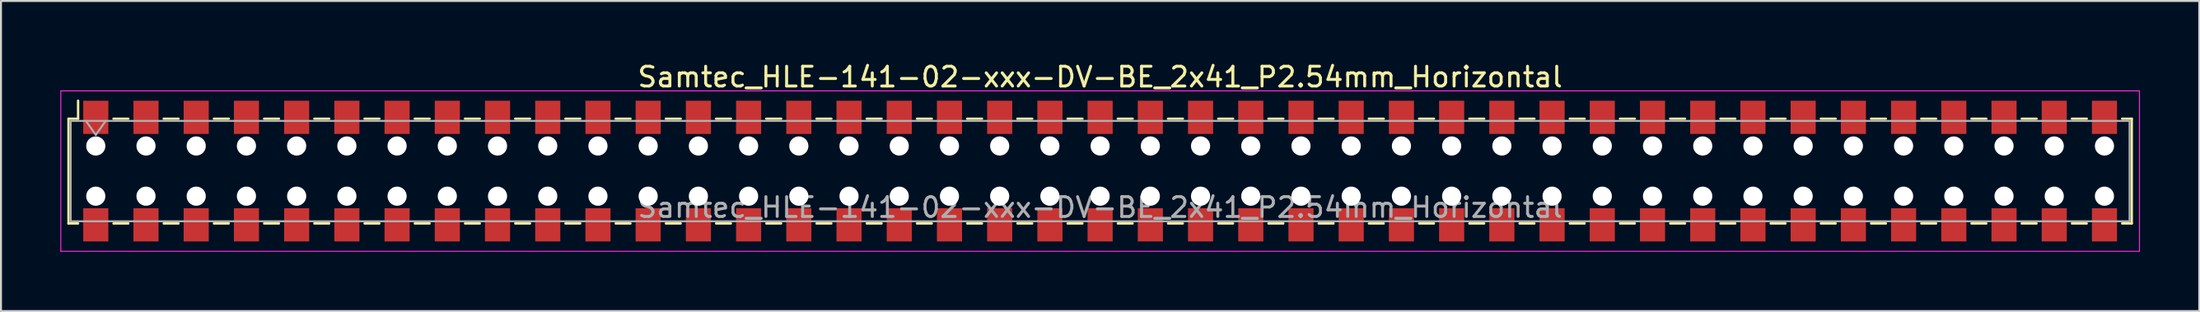
<source format=kicad_pcb>
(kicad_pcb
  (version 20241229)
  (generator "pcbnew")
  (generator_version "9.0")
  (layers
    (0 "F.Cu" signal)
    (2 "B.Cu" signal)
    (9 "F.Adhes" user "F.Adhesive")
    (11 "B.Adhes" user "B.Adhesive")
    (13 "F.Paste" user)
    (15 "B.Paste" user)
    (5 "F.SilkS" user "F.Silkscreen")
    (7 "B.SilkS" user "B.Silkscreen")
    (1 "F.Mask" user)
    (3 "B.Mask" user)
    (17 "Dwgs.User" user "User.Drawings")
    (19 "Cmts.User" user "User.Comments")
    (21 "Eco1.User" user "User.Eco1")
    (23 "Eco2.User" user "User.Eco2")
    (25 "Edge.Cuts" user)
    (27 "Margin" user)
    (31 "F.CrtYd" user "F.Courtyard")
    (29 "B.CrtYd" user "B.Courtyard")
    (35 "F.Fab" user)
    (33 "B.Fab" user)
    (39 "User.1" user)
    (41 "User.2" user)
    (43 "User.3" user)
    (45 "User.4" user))
  (footprint "Samtec_HLE-141-02-xxx-DV-BE_2x41_P2.54mm_Horizontal"
    (layer "F.Cu")
    (at 52.595 5.608)
    (property "Reference" "Samtec_HLE-141-02-xxx-DV-BE_2x41_P2.54mm_Horizontal" (at 0 -4.76 0) (layer "F.SilkS") (effects (font (size 1 1) (thickness 0.15))))
    (attr smd)
    (fp_line (start -52.18 -2.65) (end -52.18 2.65) (stroke (width 0.12) (type solid)) (layer "F.SilkS"))
    (fp_line (start -52.18 2.65) (end -51.695 2.65) (stroke (width 0.12) (type solid)) (layer "F.SilkS"))
    (fp_line (start -51.695 -3.56) (end -51.695 -2.65) (stroke (width 0.12) (type solid)) (layer "F.SilkS"))
    (fp_line (start -51.695 -2.65) (end -52.18 -2.65) (stroke (width 0.12) (type solid)) (layer "F.SilkS"))
    (fp_line (start -49.905 -2.65) (end -49.155 -2.65) (stroke (width 0.12) (type solid)) (layer "F.SilkS"))
    (fp_line (start -49.905 2.65) (end -49.155 2.65) (stroke (width 0.12) (type solid)) (layer "F.SilkS"))
    (fp_line (start -47.365 -2.65) (end -46.615 -2.65) (stroke (width 0.12) (type solid)) (layer "F.SilkS"))
    (fp_line (start -47.365 2.65) (end -46.615 2.65) (stroke (width 0.12) (type solid)) (layer "F.SilkS"))
    (fp_line (start -44.825 -2.65) (end -44.075 -2.65) (stroke (width 0.12) (type solid)) (layer "F.SilkS"))
    (fp_line (start -44.825 2.65) (end -44.075 2.65) (stroke (width 0.12) (type solid)) (layer "F.SilkS"))
    (fp_line (start -42.285 -2.65) (end -41.535 -2.65) (stroke (width 0.12) (type solid)) (layer "F.SilkS"))
    (fp_line (start -42.285 2.65) (end -41.535 2.65) (stroke (width 0.12) (type solid)) (layer "F.SilkS"))
    (fp_line (start -39.745 -2.65) (end -38.995 -2.65) (stroke (width 0.12) (type solid)) (layer "F.SilkS"))
    (fp_line (start -39.745 2.65) (end -38.995 2.65) (stroke (width 0.12) (type solid)) (layer "F.SilkS"))
    (fp_line (start -37.205 -2.65) (end -36.455 -2.65) (stroke (width 0.12) (type solid)) (layer "F.SilkS"))
    (fp_line (start -37.205 2.65) (end -36.455 2.65) (stroke (width 0.12) (type solid)) (layer "F.SilkS"))
    (fp_line (start -34.665 -2.65) (end -33.915 -2.65) (stroke (width 0.12) (type solid)) (layer "F.SilkS"))
    (fp_line (start -34.665 2.65) (end -33.915 2.65) (stroke (width 0.12) (type solid)) (layer "F.SilkS"))
    (fp_line (start -32.125 -2.65) (end -31.375 -2.65) (stroke (width 0.12) (type solid)) (layer "F.SilkS"))
    (fp_line (start -32.125 2.65) (end -31.375 2.65) (stroke (width 0.12) (type solid)) (layer "F.SilkS"))
    (fp_line (start -29.585 -2.65) (end -28.835 -2.65) (stroke (width 0.12) (type solid)) (layer "F.SilkS"))
    (fp_line (start -29.585 2.65) (end -28.835 2.65) (stroke (width 0.12) (type solid)) (layer "F.SilkS"))
    (fp_line (start -27.045 -2.65) (end -26.295 -2.65) (stroke (width 0.12) (type solid)) (layer "F.SilkS"))
    (fp_line (start -27.045 2.65) (end -26.295 2.65) (stroke (width 0.12) (type solid)) (layer "F.SilkS"))
    (fp_line (start -24.505 -2.65) (end -23.755 -2.65) (stroke (width 0.12) (type solid)) (layer "F.SilkS"))
    (fp_line (start -24.505 2.65) (end -23.755 2.65) (stroke (width 0.12) (type solid)) (layer "F.SilkS"))
    (fp_line (start -21.965 -2.65) (end -21.215 -2.65) (stroke (width 0.12) (type solid)) (layer "F.SilkS"))
    (fp_line (start -21.965 2.65) (end -21.215 2.65) (stroke (width 0.12) (type solid)) (layer "F.SilkS"))
    (fp_line (start -19.425 -2.65) (end -18.675 -2.65) (stroke (width 0.12) (type solid)) (layer "F.SilkS"))
    (fp_line (start -19.425 2.65) (end -18.675 2.65) (stroke (width 0.12) (type solid)) (layer "F.SilkS"))
    (fp_line (start -16.885 -2.65) (end -16.135 -2.65) (stroke (width 0.12) (type solid)) (layer "F.SilkS"))
    (fp_line (start -16.885 2.65) (end -16.135 2.65) (stroke (width 0.12) (type solid)) (layer "F.SilkS"))
    (fp_line (start -14.345 -2.65) (end -13.595 -2.65) (stroke (width 0.12) (type solid)) (layer "F.SilkS"))
    (fp_line (start -14.345 2.65) (end -13.595 2.65) (stroke (width 0.12) (type solid)) (layer "F.SilkS"))
    (fp_line (start -11.805 -2.65) (end -11.055 -2.65) (stroke (width 0.12) (type solid)) (layer "F.SilkS"))
    (fp_line (start -11.805 2.65) (end -11.055 2.65) (stroke (width 0.12) (type solid)) (layer "F.SilkS"))
    (fp_line (start -9.265 -2.65) (end -8.515 -2.65) (stroke (width 0.12) (type solid)) (layer "F.SilkS"))
    (fp_line (start -9.265 2.65) (end -8.515 2.65) (stroke (width 0.12) (type solid)) (layer "F.SilkS"))
    (fp_line (start -6.725 -2.65) (end -5.975 -2.65) (stroke (width 0.12) (type solid)) (layer "F.SilkS"))
    (fp_line (start -6.725 2.65) (end -5.975 2.65) (stroke (width 0.12) (type solid)) (layer "F.SilkS"))
    (fp_line (start -4.185 -2.65) (end -3.435 -2.65) (stroke (width 0.12) (type solid)) (layer "F.SilkS"))
    (fp_line (start -4.185 2.65) (end -3.435 2.65) (stroke (width 0.12) (type solid)) (layer "F.SilkS"))
    (fp_line (start -1.645 -2.65) (end -0.895 -2.65) (stroke (width 0.12) (type solid)) (layer "F.SilkS"))
    (fp_line (start -1.645 2.65) (end -0.895 2.65) (stroke (width 0.12) (type solid)) (layer "F.SilkS"))
    (fp_line (start 0.895 -2.65) (end 1.645 -2.65) (stroke (width 0.12) (type solid)) (layer "F.SilkS"))
    (fp_line (start 0.895 2.65) (end 1.645 2.65) (stroke (width 0.12) (type solid)) (layer "F.SilkS"))
    (fp_line (start 3.435 -2.65) (end 4.185 -2.65) (stroke (width 0.12) (type solid)) (layer "F.SilkS"))
    (fp_line (start 3.435 2.65) (end 4.185 2.65) (stroke (width 0.12) (type solid)) (layer "F.SilkS"))
    (fp_line (start 5.975 -2.65) (end 6.725 -2.65) (stroke (width 0.12) (type solid)) (layer "F.SilkS"))
    (fp_line (start 5.975 2.65) (end 6.725 2.65) (stroke (width 0.12) (type solid)) (layer "F.SilkS"))
    (fp_line (start 8.515 -2.65) (end 9.265 -2.65) (stroke (width 0.12) (type solid)) (layer "F.SilkS"))
    (fp_line (start 8.515 2.65) (end 9.265 2.65) (stroke (width 0.12) (type solid)) (layer "F.SilkS"))
    (fp_line (start 11.055 -2.65) (end 11.805 -2.65) (stroke (width 0.12) (type solid)) (layer "F.SilkS"))
    (fp_line (start 11.055 2.65) (end 11.805 2.65) (stroke (width 0.12) (type solid)) (layer "F.SilkS"))
    (fp_line (start 13.595 -2.65) (end 14.345 -2.65) (stroke (width 0.12) (type solid)) (layer "F.SilkS"))
    (fp_line (start 13.595 2.65) (end 14.345 2.65) (stroke (width 0.12) (type solid)) (layer "F.SilkS"))
    (fp_line (start 16.135 -2.65) (end 16.885 -2.65) (stroke (width 0.12) (type solid)) (layer "F.SilkS"))
    (fp_line (start 16.135 2.65) (end 16.885 2.65) (stroke (width 0.12) (type solid)) (layer "F.SilkS"))
    (fp_line (start 18.675 -2.65) (end 19.425 -2.65) (stroke (width 0.12) (type solid)) (layer "F.SilkS"))
    (fp_line (start 18.675 2.65) (end 19.425 2.65) (stroke (width 0.12) (type solid)) (layer "F.SilkS"))
    (fp_line (start 21.215 -2.65) (end 21.965 -2.65) (stroke (width 0.12) (type solid)) (layer "F.SilkS"))
    (fp_line (start 21.215 2.65) (end 21.965 2.65) (stroke (width 0.12) (type solid)) (layer "F.SilkS"))
    (fp_line (start 23.755 -2.65) (end 24.505 -2.65) (stroke (width 0.12) (type solid)) (layer "F.SilkS"))
    (fp_line (start 23.755 2.65) (end 24.505 2.65) (stroke (width 0.12) (type solid)) (layer "F.SilkS"))
    (fp_line (start 26.295 -2.65) (end 27.045 -2.65) (stroke (width 0.12) (type solid)) (layer "F.SilkS"))
    (fp_line (start 26.295 2.65) (end 27.045 2.65) (stroke (width 0.12) (type solid)) (layer "F.SilkS"))
    (fp_line (start 28.835 -2.65) (end 29.585 -2.65) (stroke (width 0.12) (type solid)) (layer "F.SilkS"))
    (fp_line (start 28.835 2.65) (end 29.585 2.65) (stroke (width 0.12) (type solid)) (layer "F.SilkS"))
    (fp_line (start 31.375 -2.65) (end 32.125 -2.65) (stroke (width 0.12) (type solid)) (layer "F.SilkS"))
    (fp_line (start 31.375 2.65) (end 32.125 2.65) (stroke (width 0.12) (type solid)) (layer "F.SilkS"))
    (fp_line (start 33.915 -2.65) (end 34.665 -2.65) (stroke (width 0.12) (type solid)) (layer "F.SilkS"))
    (fp_line (start 33.915 2.65) (end 34.665 2.65) (stroke (width 0.12) (type solid)) (layer "F.SilkS"))
    (fp_line (start 36.455 -2.65) (end 37.205 -2.65) (stroke (width 0.12) (type solid)) (layer "F.SilkS"))
    (fp_line (start 36.455 2.65) (end 37.205 2.65) (stroke (width 0.12) (type solid)) (layer "F.SilkS"))
    (fp_line (start 38.995 -2.65) (end 39.745 -2.65) (stroke (width 0.12) (type solid)) (layer "F.SilkS"))
    (fp_line (start 38.995 2.65) (end 39.745 2.65) (stroke (width 0.12) (type solid)) (layer "F.SilkS"))
    (fp_line (start 41.535 -2.65) (end 42.285 -2.65) (stroke (width 0.12) (type solid)) (layer "F.SilkS"))
    (fp_line (start 41.535 2.65) (end 42.285 2.65) (stroke (width 0.12) (type solid)) (layer "F.SilkS"))
    (fp_line (start 44.075 -2.65) (end 44.825 -2.65) (stroke (width 0.12) (type solid)) (layer "F.SilkS"))
    (fp_line (start 44.075 2.65) (end 44.825 2.65) (stroke (width 0.12) (type solid)) (layer "F.SilkS"))
    (fp_line (start 46.615 -2.65) (end 47.365 -2.65) (stroke (width 0.12) (type solid)) (layer "F.SilkS"))
    (fp_line (start 46.615 2.65) (end 47.365 2.65) (stroke (width 0.12) (type solid)) (layer "F.SilkS"))
    (fp_line (start 49.155 -2.65) (end 49.905 -2.65) (stroke (width 0.12) (type solid)) (layer "F.SilkS"))
    (fp_line (start 49.155 2.65) (end 49.905 2.65) (stroke (width 0.12) (type solid)) (layer "F.SilkS"))
    (fp_line (start 51.695 -2.65) (end 52.18 -2.65) (stroke (width 0.12) (type solid)) (layer "F.SilkS"))
    (fp_line (start 52.18 -2.65) (end 52.18 2.65) (stroke (width 0.12) (type solid)) (layer "F.SilkS"))
    (fp_line (start 52.18 2.65) (end 51.695 2.65) (stroke (width 0.12) (type solid)) (layer "F.SilkS"))
    (fp_line (start -52.57 -4.06) (end 52.57 -4.06) (stroke (width 0.05) (type solid)) (layer "F.CrtYd"))
    (fp_line (start -52.57 4.06) (end -52.57 -4.06) (stroke (width 0.05) (type solid)) (layer "F.CrtYd"))
    (fp_line (start 52.57 -4.06) (end 52.57 4.06) (stroke (width 0.05) (type solid)) (layer "F.CrtYd"))
    (fp_line (start 52.57 4.06) (end -52.57 4.06) (stroke (width 0.05) (type solid)) (layer "F.CrtYd"))
    (fp_line (start -52.07 -2.54) (end 52.07 -2.54) (stroke (width 0.1) (type solid)) (layer "F.Fab"))
    (fp_line (start -52.07 2.54) (end -52.07 -2.54) (stroke (width 0.1) (type solid)) (layer "F.Fab"))
    (fp_line (start -51.3 -2.54) (end -50.8 -1.833) (stroke (width 0.1) (type solid)) (layer "F.Fab"))
    (fp_line (start -50.8 -1.833) (end -50.3 -2.54) (stroke (width 0.1) (type solid)) (layer "F.Fab"))
    (fp_line (start 52.07 -2.54) (end 52.07 2.54) (stroke (width 0.1) (type solid)) (layer "F.Fab"))
    (fp_line (start 52.07 2.54) (end -52.07 2.54) (stroke (width 0.1) (type solid)) (layer "F.Fab"))
    (fp_text user "${REFERENCE}" (at 0 1.84 0) (layer "F.Fab") (effects (font (size 1 1) (thickness 0.15))))
    (pad "" np_thru_hole circle (at -50.8 -1.27) (size 0.97 0.97) (drill 0.97) (layers "*.Cu" "*.Mask"))
    (pad "" np_thru_hole circle (at -50.8 1.27) (size 0.97 0.97) (drill 0.97) (layers "*.Cu" "*.Mask"))
    (pad "" np_thru_hole circle (at -48.26 -1.27) (size 0.97 0.97) (drill 0.97) (layers "*.Cu" "*.Mask"))
    (pad "" np_thru_hole circle (at -48.26 1.27) (size 0.97 0.97) (drill 0.97) (layers "*.Cu" "*.Mask"))
    (pad "" np_thru_hole circle (at -45.72 -1.27) (size 0.97 0.97) (drill 0.97) (layers "*.Cu" "*.Mask"))
    (pad "" np_thru_hole circle (at -45.72 1.27) (size 0.97 0.97) (drill 0.97) (layers "*.Cu" "*.Mask"))
    (pad "" np_thru_hole circle (at -43.18 -1.27) (size 0.97 0.97) (drill 0.97) (layers "*.Cu" "*.Mask"))
    (pad "" np_thru_hole circle (at -43.18 1.27) (size 0.97 0.97) (drill 0.97) (layers "*.Cu" "*.Mask"))
    (pad "" np_thru_hole circle (at -40.64 -1.27) (size 0.97 0.97) (drill 0.97) (layers "*.Cu" "*.Mask"))
    (pad "" np_thru_hole circle (at -40.64 1.27) (size 0.97 0.97) (drill 0.97) (layers "*.Cu" "*.Mask"))
    (pad "" np_thru_hole circle (at -38.1 -1.27) (size 0.97 0.97) (drill 0.97) (layers "*.Cu" "*.Mask"))
    (pad "" np_thru_hole circle (at -38.1 1.27) (size 0.97 0.97) (drill 0.97) (layers "*.Cu" "*.Mask"))
    (pad "" np_thru_hole circle (at -35.56 -1.27) (size 0.97 0.97) (drill 0.97) (layers "*.Cu" "*.Mask"))
    (pad "" np_thru_hole circle (at -35.56 1.27) (size 0.97 0.97) (drill 0.97) (layers "*.Cu" "*.Mask"))
    (pad "" np_thru_hole circle (at -33.02 -1.27) (size 0.97 0.97) (drill 0.97) (layers "*.Cu" "*.Mask"))
    (pad "" np_thru_hole circle (at -33.02 1.27) (size 0.97 0.97) (drill 0.97) (layers "*.Cu" "*.Mask"))
    (pad "" np_thru_hole circle (at -30.48 -1.27) (size 0.97 0.97) (drill 0.97) (layers "*.Cu" "*.Mask"))
    (pad "" np_thru_hole circle (at -30.48 1.27) (size 0.97 0.97) (drill 0.97) (layers "*.Cu" "*.Mask"))
    (pad "" np_thru_hole circle (at -27.94 -1.27) (size 0.97 0.97) (drill 0.97) (layers "*.Cu" "*.Mask"))
    (pad "" np_thru_hole circle (at -27.94 1.27) (size 0.97 0.97) (drill 0.97) (layers "*.Cu" "*.Mask"))
    (pad "" np_thru_hole circle (at -25.4 -1.27) (size 0.97 0.97) (drill 0.97) (layers "*.Cu" "*.Mask"))
    (pad "" np_thru_hole circle (at -25.4 1.27) (size 0.97 0.97) (drill 0.97) (layers "*.Cu" "*.Mask"))
    (pad "" np_thru_hole circle (at -22.86 -1.27) (size 0.97 0.97) (drill 0.97) (layers "*.Cu" "*.Mask"))
    (pad "" np_thru_hole circle (at -22.86 1.27) (size 0.97 0.97) (drill 0.97) (layers "*.Cu" "*.Mask"))
    (pad "" np_thru_hole circle (at -20.32 -1.27) (size 0.97 0.97) (drill 0.97) (layers "*.Cu" "*.Mask"))
    (pad "" np_thru_hole circle (at -20.32 1.27) (size 0.97 0.97) (drill 0.97) (layers "*.Cu" "*.Mask"))
    (pad "" np_thru_hole circle (at -17.78 -1.27) (size 0.97 0.97) (drill 0.97) (layers "*.Cu" "*.Mask"))
    (pad "" np_thru_hole circle (at -17.78 1.27) (size 0.97 0.97) (drill 0.97) (layers "*.Cu" "*.Mask"))
    (pad "" np_thru_hole circle (at -15.24 -1.27) (size 0.97 0.97) (drill 0.97) (layers "*.Cu" "*.Mask"))
    (pad "" np_thru_hole circle (at -15.24 1.27) (size 0.97 0.97) (drill 0.97) (layers "*.Cu" "*.Mask"))
    (pad "" np_thru_hole circle (at -12.7 -1.27) (size 0.97 0.97) (drill 0.97) (layers "*.Cu" "*.Mask"))
    (pad "" np_thru_hole circle (at -12.7 1.27) (size 0.97 0.97) (drill 0.97) (layers "*.Cu" "*.Mask"))
    (pad "" np_thru_hole circle (at -10.16 -1.27) (size 0.97 0.97) (drill 0.97) (layers "*.Cu" "*.Mask"))
    (pad "" np_thru_hole circle (at -10.16 1.27) (size 0.97 0.97) (drill 0.97) (layers "*.Cu" "*.Mask"))
    (pad "" np_thru_hole circle (at -7.62 -1.27) (size 0.97 0.97) (drill 0.97) (layers "*.Cu" "*.Mask"))
    (pad "" np_thru_hole circle (at -7.62 1.27) (size 0.97 0.97) (drill 0.97) (layers "*.Cu" "*.Mask"))
    (pad "" np_thru_hole circle (at -5.08 -1.27) (size 0.97 0.97) (drill 0.97) (layers "*.Cu" "*.Mask"))
    (pad "" np_thru_hole circle (at -5.08 1.27) (size 0.97 0.97) (drill 0.97) (layers "*.Cu" "*.Mask"))
    (pad "" np_thru_hole circle (at -2.54 -1.27) (size 0.97 0.97) (drill 0.97) (layers "*.Cu" "*.Mask"))
    (pad "" np_thru_hole circle (at -2.54 1.27) (size 0.97 0.97) (drill 0.97) (layers "*.Cu" "*.Mask"))
    (pad "" np_thru_hole circle (at 0 -1.27) (size 0.97 0.97) (drill 0.97) (layers "*.Cu" "*.Mask"))
    (pad "" np_thru_hole circle (at 0 1.27) (size 0.97 0.97) (drill 0.97) (layers "*.Cu" "*.Mask"))
    (pad "" np_thru_hole circle (at 2.54 -1.27) (size 0.97 0.97) (drill 0.97) (layers "*.Cu" "*.Mask"))
    (pad "" np_thru_hole circle (at 2.54 1.27) (size 0.97 0.97) (drill 0.97) (layers "*.Cu" "*.Mask"))
    (pad "" np_thru_hole circle (at 5.08 -1.27) (size 0.97 0.97) (drill 0.97) (layers "*.Cu" "*.Mask"))
    (pad "" np_thru_hole circle (at 5.08 1.27) (size 0.97 0.97) (drill 0.97) (layers "*.Cu" "*.Mask"))
    (pad "" np_thru_hole circle (at 7.62 -1.27) (size 0.97 0.97) (drill 0.97) (layers "*.Cu" "*.Mask"))
    (pad "" np_thru_hole circle (at 7.62 1.27) (size 0.97 0.97) (drill 0.97) (layers "*.Cu" "*.Mask"))
    (pad "" np_thru_hole circle (at 10.16 -1.27) (size 0.97 0.97) (drill 0.97) (layers "*.Cu" "*.Mask"))
    (pad "" np_thru_hole circle (at 10.16 1.27) (size 0.97 0.97) (drill 0.97) (layers "*.Cu" "*.Mask"))
    (pad "" np_thru_hole circle (at 12.7 -1.27) (size 0.97 0.97) (drill 0.97) (layers "*.Cu" "*.Mask"))
    (pad "" np_thru_hole circle (at 12.7 1.27) (size 0.97 0.97) (drill 0.97) (layers "*.Cu" "*.Mask"))
    (pad "" np_thru_hole circle (at 15.24 -1.27) (size 0.97 0.97) (drill 0.97) (layers "*.Cu" "*.Mask"))
    (pad "" np_thru_hole circle (at 15.24 1.27) (size 0.97 0.97) (drill 0.97) (layers "*.Cu" "*.Mask"))
    (pad "" np_thru_hole circle (at 17.78 -1.27) (size 0.97 0.97) (drill 0.97) (layers "*.Cu" "*.Mask"))
    (pad "" np_thru_hole circle (at 17.78 1.27) (size 0.97 0.97) (drill 0.97) (layers "*.Cu" "*.Mask"))
    (pad "" np_thru_hole circle (at 20.32 -1.27) (size 0.97 0.97) (drill 0.97) (layers "*.Cu" "*.Mask"))
    (pad "" np_thru_hole circle (at 20.32 1.27) (size 0.97 0.97) (drill 0.97) (layers "*.Cu" "*.Mask"))
    (pad "" np_thru_hole circle (at 22.86 -1.27) (size 0.97 0.97) (drill 0.97) (layers "*.Cu" "*.Mask"))
    (pad "" np_thru_hole circle (at 22.86 1.27) (size 0.97 0.97) (drill 0.97) (layers "*.Cu" "*.Mask"))
    (pad "" np_thru_hole circle (at 25.4 -1.27) (size 0.97 0.97) (drill 0.97) (layers "*.Cu" "*.Mask"))
    (pad "" np_thru_hole circle (at 25.4 1.27) (size 0.97 0.97) (drill 0.97) (layers "*.Cu" "*.Mask"))
    (pad "" np_thru_hole circle (at 27.94 -1.27) (size 0.97 0.97) (drill 0.97) (layers "*.Cu" "*.Mask"))
    (pad "" np_thru_hole circle (at 27.94 1.27) (size 0.97 0.97) (drill 0.97) (layers "*.Cu" "*.Mask"))
    (pad "" np_thru_hole circle (at 30.48 -1.27) (size 0.97 0.97) (drill 0.97) (layers "*.Cu" "*.Mask"))
    (pad "" np_thru_hole circle (at 30.48 1.27) (size 0.97 0.97) (drill 0.97) (layers "*.Cu" "*.Mask"))
    (pad "" np_thru_hole circle (at 33.02 -1.27) (size 0.97 0.97) (drill 0.97) (layers "*.Cu" "*.Mask"))
    (pad "" np_thru_hole circle (at 33.02 1.27) (size 0.97 0.97) (drill 0.97) (layers "*.Cu" "*.Mask"))
    (pad "" np_thru_hole circle (at 35.56 -1.27) (size 0.97 0.97) (drill 0.97) (layers "*.Cu" "*.Mask"))
    (pad "" np_thru_hole circle (at 35.56 1.27) (size 0.97 0.97) (drill 0.97) (layers "*.Cu" "*.Mask"))
    (pad "" np_thru_hole circle (at 38.1 -1.27) (size 0.97 0.97) (drill 0.97) (layers "*.Cu" "*.Mask"))
    (pad "" np_thru_hole circle (at 38.1 1.27) (size 0.97 0.97) (drill 0.97) (layers "*.Cu" "*.Mask"))
    (pad "" np_thru_hole circle (at 40.64 -1.27) (size 0.97 0.97) (drill 0.97) (layers "*.Cu" "*.Mask"))
    (pad "" np_thru_hole circle (at 40.64 1.27) (size 0.97 0.97) (drill 0.97) (layers "*.Cu" "*.Mask"))
    (pad "" np_thru_hole circle (at 43.18 -1.27) (size 0.97 0.97) (drill 0.97) (layers "*.Cu" "*.Mask"))
    (pad "" np_thru_hole circle (at 43.18 1.27) (size 0.97 0.97) (drill 0.97) (layers "*.Cu" "*.Mask"))
    (pad "" np_thru_hole circle (at 45.72 -1.27) (size 0.97 0.97) (drill 0.97) (layers "*.Cu" "*.Mask"))
    (pad "" np_thru_hole circle (at 45.72 1.27) (size 0.97 0.97) (drill 0.97) (layers "*.Cu" "*.Mask"))
    (pad "" np_thru_hole circle (at 48.26 -1.27) (size 0.97 0.97) (drill 0.97) (layers "*.Cu" "*.Mask"))
    (pad "" np_thru_hole circle (at 48.26 1.27) (size 0.97 0.97) (drill 0.97) (layers "*.Cu" "*.Mask"))
    (pad "" np_thru_hole circle (at 50.8 -1.27) (size 0.97 0.97) (drill 0.97) (layers "*.Cu" "*.Mask"))
    (pad "" np_thru_hole circle (at 50.8 1.27) (size 0.97 0.97) (drill 0.97) (layers "*.Cu" "*.Mask"))
    (pad "1" smd rect (at -50.8 -2.72) (size 1.27 1.68) (layers "F.Cu" "F.Mask" "F.Paste"))
    (pad "2" smd rect (at -50.8 2.72) (size 1.27 1.68) (layers "F.Cu" "F.Mask" "F.Paste"))
    (pad "3" smd rect (at -48.26 -2.72) (size 1.27 1.68) (layers "F.Cu" "F.Mask" "F.Paste"))
    (pad "4" smd rect (at -48.26 2.72) (size 1.27 1.68) (layers "F.Cu" "F.Mask" "F.Paste"))
    (pad "5" smd rect (at -45.72 -2.72) (size 1.27 1.68) (layers "F.Cu" "F.Mask" "F.Paste"))
    (pad "6" smd rect (at -45.72 2.72) (size 1.27 1.68) (layers "F.Cu" "F.Mask" "F.Paste"))
    (pad "7" smd rect (at -43.18 -2.72) (size 1.27 1.68) (layers "F.Cu" "F.Mask" "F.Paste"))
    (pad "8" smd rect (at -43.18 2.72) (size 1.27 1.68) (layers "F.Cu" "F.Mask" "F.Paste"))
    (pad "9" smd rect (at -40.64 -2.72) (size 1.27 1.68) (layers "F.Cu" "F.Mask" "F.Paste"))
    (pad "10" smd rect (at -40.64 2.72) (size 1.27 1.68) (layers "F.Cu" "F.Mask" "F.Paste"))
    (pad "11" smd rect (at -38.1 -2.72) (size 1.27 1.68) (layers "F.Cu" "F.Mask" "F.Paste"))
    (pad "12" smd rect (at -38.1 2.72) (size 1.27 1.68) (layers "F.Cu" "F.Mask" "F.Paste"))
    (pad "13" smd rect (at -35.56 -2.72) (size 1.27 1.68) (layers "F.Cu" "F.Mask" "F.Paste"))
    (pad "14" smd rect (at -35.56 2.72) (size 1.27 1.68) (layers "F.Cu" "F.Mask" "F.Paste"))
    (pad "15" smd rect (at -33.02 -2.72) (size 1.27 1.68) (layers "F.Cu" "F.Mask" "F.Paste"))
    (pad "16" smd rect (at -33.02 2.72) (size 1.27 1.68) (layers "F.Cu" "F.Mask" "F.Paste"))
    (pad "17" smd rect (at -30.48 -2.72) (size 1.27 1.68) (layers "F.Cu" "F.Mask" "F.Paste"))
    (pad "18" smd rect (at -30.48 2.72) (size 1.27 1.68) (layers "F.Cu" "F.Mask" "F.Paste"))
    (pad "19" smd rect (at -27.94 -2.72) (size 1.27 1.68) (layers "F.Cu" "F.Mask" "F.Paste"))
    (pad "20" smd rect (at -27.94 2.72) (size 1.27 1.68) (layers "F.Cu" "F.Mask" "F.Paste"))
    (pad "21" smd rect (at -25.4 -2.72) (size 1.27 1.68) (layers "F.Cu" "F.Mask" "F.Paste"))
    (pad "22" smd rect (at -25.4 2.72) (size 1.27 1.68) (layers "F.Cu" "F.Mask" "F.Paste"))
    (pad "23" smd rect (at -22.86 -2.72) (size 1.27 1.68) (layers "F.Cu" "F.Mask" "F.Paste"))
    (pad "24" smd rect (at -22.86 2.72) (size 1.27 1.68) (layers "F.Cu" "F.Mask" "F.Paste"))
    (pad "25" smd rect (at -20.32 -2.72) (size 1.27 1.68) (layers "F.Cu" "F.Mask" "F.Paste"))
    (pad "26" smd rect (at -20.32 2.72) (size 1.27 1.68) (layers "F.Cu" "F.Mask" "F.Paste"))
    (pad "27" smd rect (at -17.78 -2.72) (size 1.27 1.68) (layers "F.Cu" "F.Mask" "F.Paste"))
    (pad "28" smd rect (at -17.78 2.72) (size 1.27 1.68) (layers "F.Cu" "F.Mask" "F.Paste"))
    (pad "29" smd rect (at -15.24 -2.72) (size 1.27 1.68) (layers "F.Cu" "F.Mask" "F.Paste"))
    (pad "30" smd rect (at -15.24 2.72) (size 1.27 1.68) (layers "F.Cu" "F.Mask" "F.Paste"))
    (pad "31" smd rect (at -12.7 -2.72) (size 1.27 1.68) (layers "F.Cu" "F.Mask" "F.Paste"))
    (pad "32" smd rect (at -12.7 2.72) (size 1.27 1.68) (layers "F.Cu" "F.Mask" "F.Paste"))
    (pad "33" smd rect (at -10.16 -2.72) (size 1.27 1.68) (layers "F.Cu" "F.Mask" "F.Paste"))
    (pad "34" smd rect (at -10.16 2.72) (size 1.27 1.68) (layers "F.Cu" "F.Mask" "F.Paste"))
    (pad "35" smd rect (at -7.62 -2.72) (size 1.27 1.68) (layers "F.Cu" "F.Mask" "F.Paste"))
    (pad "36" smd rect (at -7.62 2.72) (size 1.27 1.68) (layers "F.Cu" "F.Mask" "F.Paste"))
    (pad "37" smd rect (at -5.08 -2.72) (size 1.27 1.68) (layers "F.Cu" "F.Mask" "F.Paste"))
    (pad "38" smd rect (at -5.08 2.72) (size 1.27 1.68) (layers "F.Cu" "F.Mask" "F.Paste"))
    (pad "39" smd rect (at -2.54 -2.72) (size 1.27 1.68) (layers "F.Cu" "F.Mask" "F.Paste"))
    (pad "40" smd rect (at -2.54 2.72) (size 1.27 1.68) (layers "F.Cu" "F.Mask" "F.Paste"))
    (pad "41" smd rect (at 0 -2.72) (size 1.27 1.68) (layers "F.Cu" "F.Mask" "F.Paste"))
    (pad "42" smd rect (at 0 2.72) (size 1.27 1.68) (layers "F.Cu" "F.Mask" "F.Paste"))
    (pad "43" smd rect (at 2.54 -2.72) (size 1.27 1.68) (layers "F.Cu" "F.Mask" "F.Paste"))
    (pad "44" smd rect (at 2.54 2.72) (size 1.27 1.68) (layers "F.Cu" "F.Mask" "F.Paste"))
    (pad "45" smd rect (at 5.08 -2.72) (size 1.27 1.68) (layers "F.Cu" "F.Mask" "F.Paste"))
    (pad "46" smd rect (at 5.08 2.72) (size 1.27 1.68) (layers "F.Cu" "F.Mask" "F.Paste"))
    (pad "47" smd rect (at 7.62 -2.72) (size 1.27 1.68) (layers "F.Cu" "F.Mask" "F.Paste"))
    (pad "48" smd rect (at 7.62 2.72) (size 1.27 1.68) (layers "F.Cu" "F.Mask" "F.Paste"))
    (pad "49" smd rect (at 10.16 -2.72) (size 1.27 1.68) (layers "F.Cu" "F.Mask" "F.Paste"))
    (pad "50" smd rect (at 10.16 2.72) (size 1.27 1.68) (layers "F.Cu" "F.Mask" "F.Paste"))
    (pad "51" smd rect (at 12.7 -2.72) (size 1.27 1.68) (layers "F.Cu" "F.Mask" "F.Paste"))
    (pad "52" smd rect (at 12.7 2.72) (size 1.27 1.68) (layers "F.Cu" "F.Mask" "F.Paste"))
    (pad "53" smd rect (at 15.24 -2.72) (size 1.27 1.68) (layers "F.Cu" "F.Mask" "F.Paste"))
    (pad "54" smd rect (at 15.24 2.72) (size 1.27 1.68) (layers "F.Cu" "F.Mask" "F.Paste"))
    (pad "55" smd rect (at 17.78 -2.72) (size 1.27 1.68) (layers "F.Cu" "F.Mask" "F.Paste"))
    (pad "56" smd rect (at 17.78 2.72) (size 1.27 1.68) (layers "F.Cu" "F.Mask" "F.Paste"))
    (pad "57" smd rect (at 20.32 -2.72) (size 1.27 1.68) (layers "F.Cu" "F.Mask" "F.Paste"))
    (pad "58" smd rect (at 20.32 2.72) (size 1.27 1.68) (layers "F.Cu" "F.Mask" "F.Paste"))
    (pad "59" smd rect (at 22.86 -2.72) (size 1.27 1.68) (layers "F.Cu" "F.Mask" "F.Paste"))
    (pad "60" smd rect (at 22.86 2.72) (size 1.27 1.68) (layers "F.Cu" "F.Mask" "F.Paste"))
    (pad "61" smd rect (at 25.4 -2.72) (size 1.27 1.68) (layers "F.Cu" "F.Mask" "F.Paste"))
    (pad "62" smd rect (at 25.4 2.72) (size 1.27 1.68) (layers "F.Cu" "F.Mask" "F.Paste"))
    (pad "63" smd rect (at 27.94 -2.72) (size 1.27 1.68) (layers "F.Cu" "F.Mask" "F.Paste"))
    (pad "64" smd rect (at 27.94 2.72) (size 1.27 1.68) (layers "F.Cu" "F.Mask" "F.Paste"))
    (pad "65" smd rect (at 30.48 -2.72) (size 1.27 1.68) (layers "F.Cu" "F.Mask" "F.Paste"))
    (pad "66" smd rect (at 30.48 2.72) (size 1.27 1.68) (layers "F.Cu" "F.Mask" "F.Paste"))
    (pad "67" smd rect (at 33.02 -2.72) (size 1.27 1.68) (layers "F.Cu" "F.Mask" "F.Paste"))
    (pad "68" smd rect (at 33.02 2.72) (size 1.27 1.68) (layers "F.Cu" "F.Mask" "F.Paste"))
    (pad "69" smd rect (at 35.56 -2.72) (size 1.27 1.68) (layers "F.Cu" "F.Mask" "F.Paste"))
    (pad "70" smd rect (at 35.56 2.72) (size 1.27 1.68) (layers "F.Cu" "F.Mask" "F.Paste"))
    (pad "71" smd rect (at 38.1 -2.72) (size 1.27 1.68) (layers "F.Cu" "F.Mask" "F.Paste"))
    (pad "72" smd rect (at 38.1 2.72) (size 1.27 1.68) (layers "F.Cu" "F.Mask" "F.Paste"))
    (pad "73" smd rect (at 40.64 -2.72) (size 1.27 1.68) (layers "F.Cu" "F.Mask" "F.Paste"))
    (pad "74" smd rect (at 40.64 2.72) (size 1.27 1.68) (layers "F.Cu" "F.Mask" "F.Paste"))
    (pad "75" smd rect (at 43.18 -2.72) (size 1.27 1.68) (layers "F.Cu" "F.Mask" "F.Paste"))
    (pad "76" smd rect (at 43.18 2.72) (size 1.27 1.68) (layers "F.Cu" "F.Mask" "F.Paste"))
    (pad "77" smd rect (at 45.72 -2.72) (size 1.27 1.68) (layers "F.Cu" "F.Mask" "F.Paste"))
    (pad "78" smd rect (at 45.72 2.72) (size 1.27 1.68) (layers "F.Cu" "F.Mask" "F.Paste"))
    (pad "79" smd rect (at 48.26 -2.72) (size 1.27 1.68) (layers "F.Cu" "F.Mask" "F.Paste"))
    (pad "80" smd rect (at 48.26 2.72) (size 1.27 1.68) (layers "F.Cu" "F.Mask" "F.Paste"))
    (pad "81" smd rect (at 50.8 -2.72) (size 1.27 1.68) (layers "F.Cu" "F.Mask" "F.Paste"))
    (pad "82" smd rect (at 50.8 2.72) (size 1.27 1.68) (layers "F.Cu" "F.Mask" "F.Paste")))
  (gr_rect
    (start -3 -3)
    (end 108.19 12.693)
    (stroke (width 0.1) (type default))
    (fill no)
    (layer "Edge.Cuts")))
</source>
